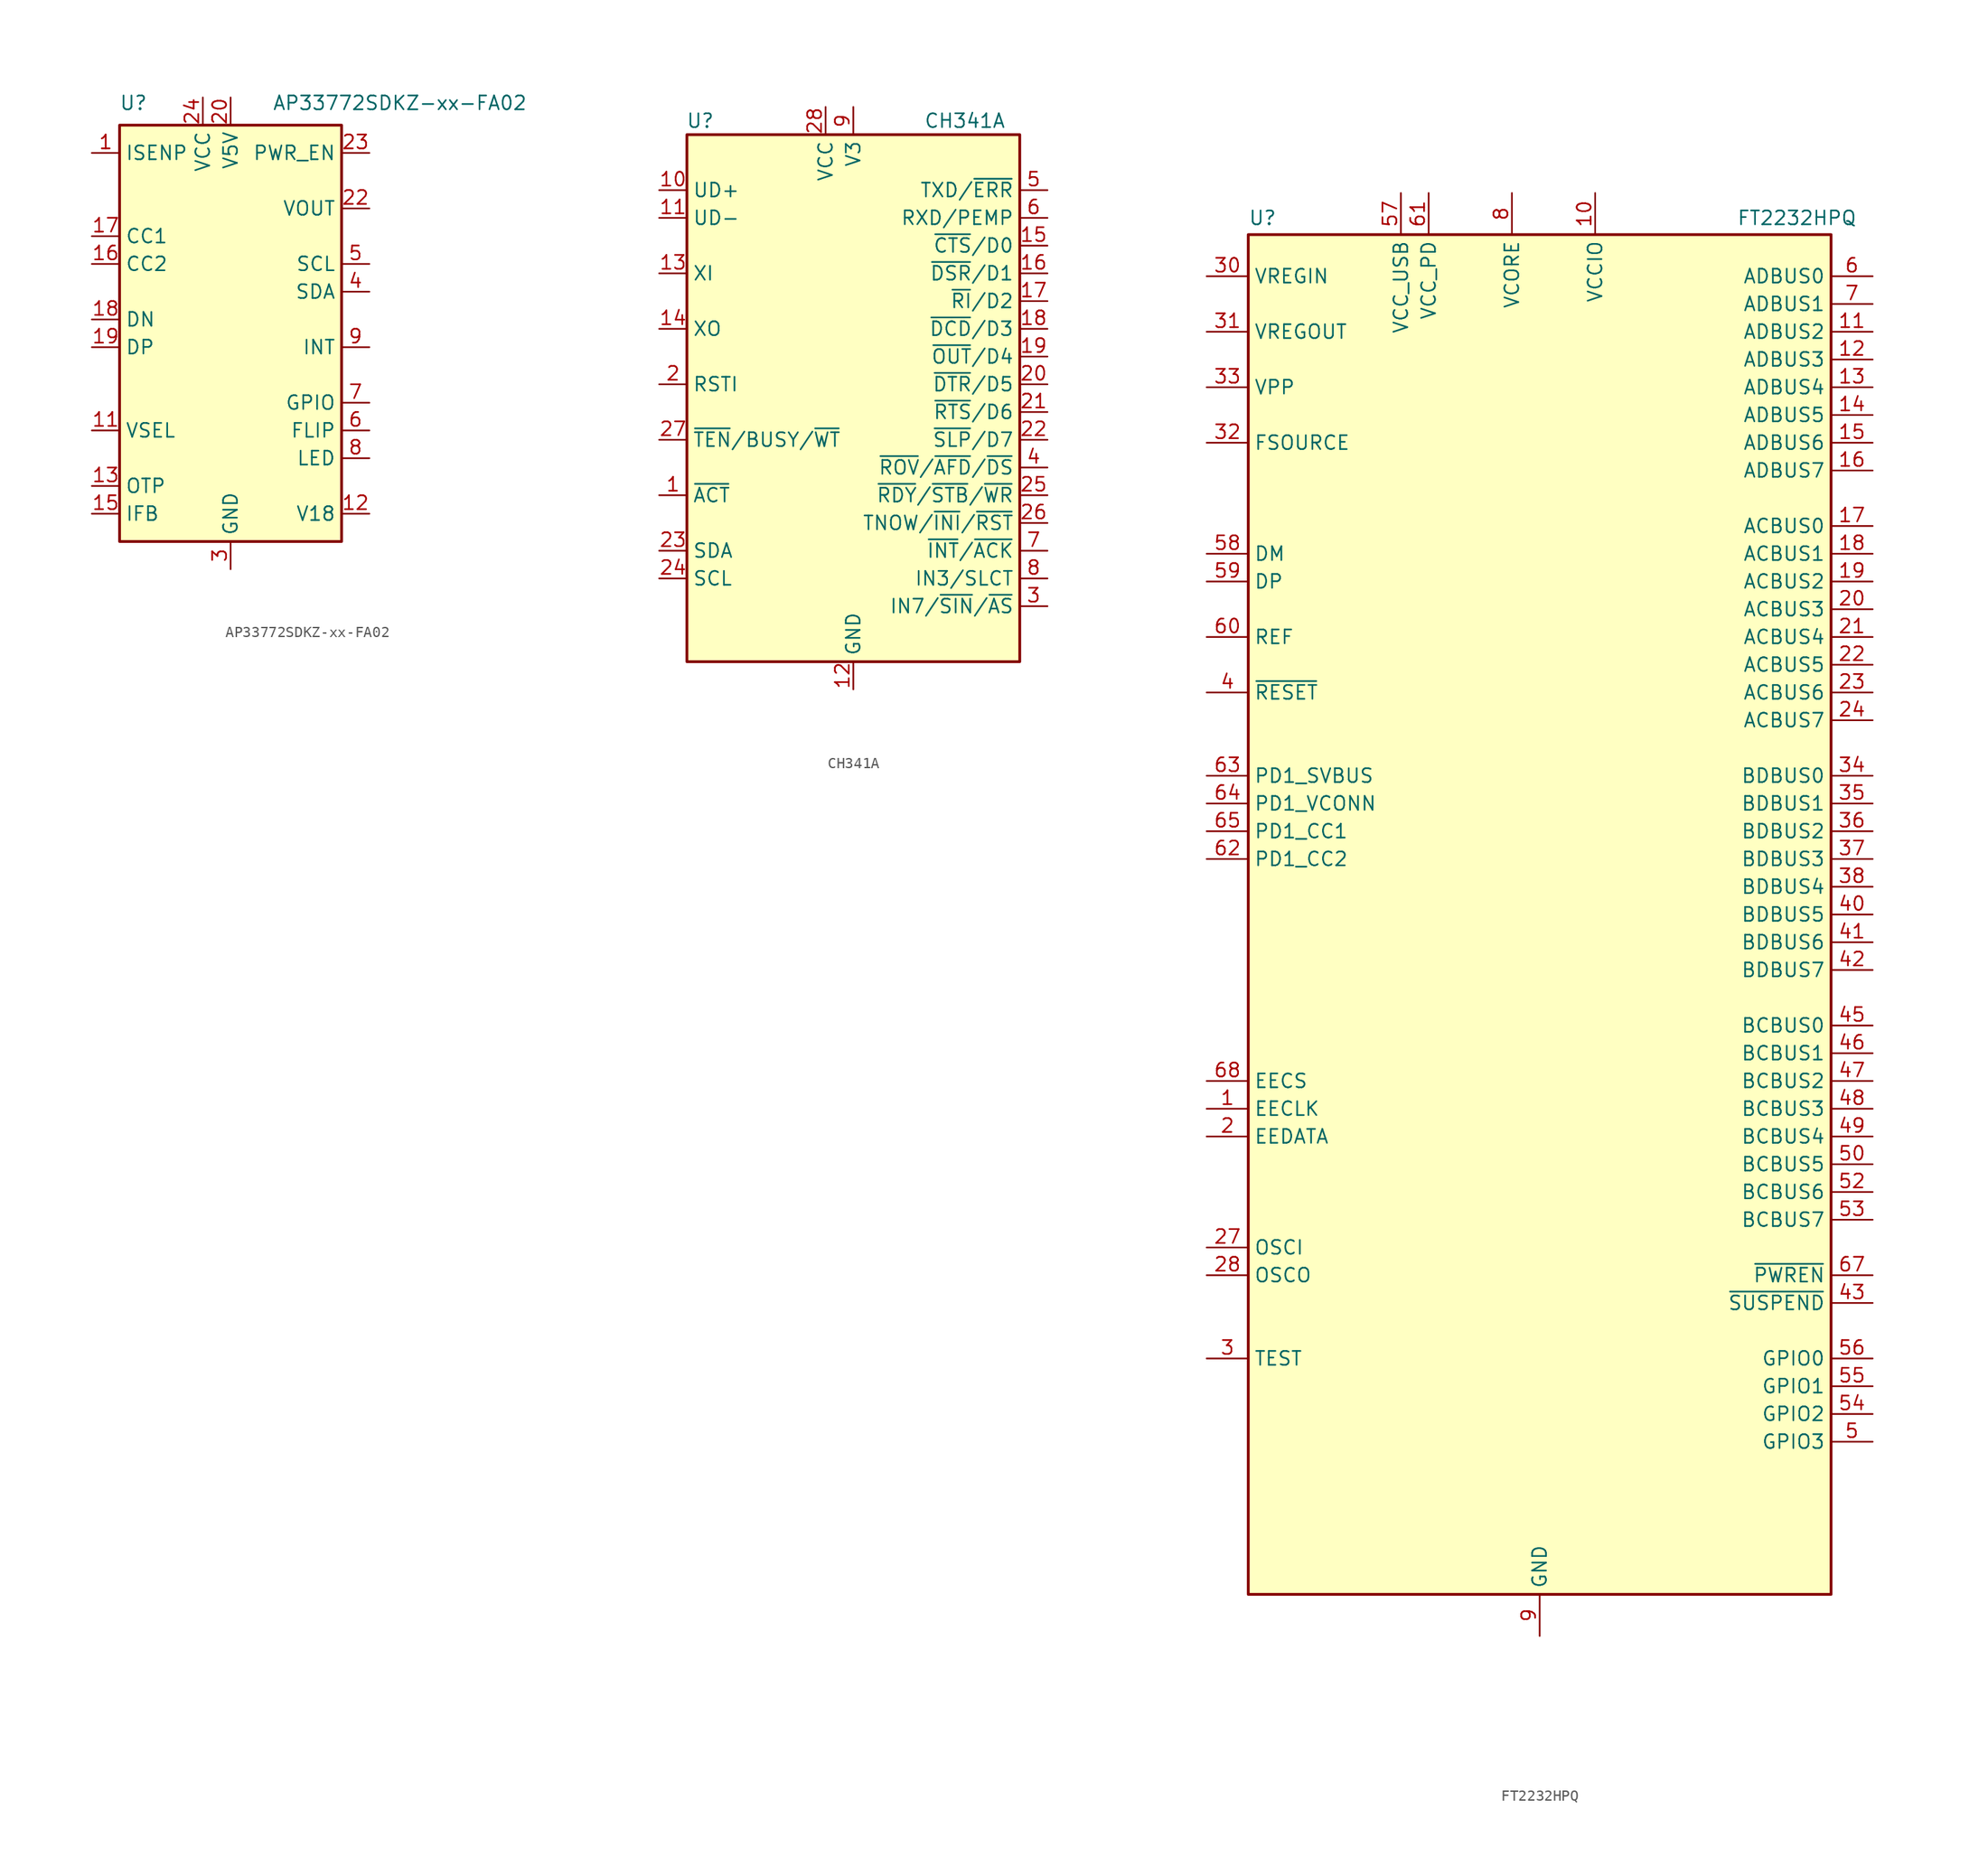
<source format=kicad_sym>
(kicad_symbol_lib
  (version 20241209)
  (generator "kicad_symbol_editor")
  (generator_version "9.0")
  (symbol "AP33772SDKZ-xx-FA02"
    (property "Reference" "U"
      (at -8.89 22.352 0)
      (effects (font (size 1.27 1.27))))
    (property "Value" "AP33772SDKZ-xx-FA02"
      (at 15.494 22.352 0)
      (effects (font (size 1.27 1.27))))
    (symbol "AP33772SDKZ-xx-FA02_1_1"
      (rectangle (start -10.16 20.32) (end 10.16 -17.78) (stroke (width 0.254) (type default)) (fill (type background)))
      (pin input line (at -12.7 17.78 0) (length 2.54) (name "ISENP" (effects (font (size 1.27 1.27)))) (number "1" (effects (font (size 1.27 1.27)))))
      (pin bidirectional line (at -12.7 10.16 0) (length 2.54) (name "CC1" (effects (font (size 1.27 1.27)))) (number "17" (effects (font (size 1.27 1.27)))))
      (pin bidirectional line (at -12.7 7.62 0) (length 2.54) (name "CC2" (effects (font (size 1.27 1.27)))) (number "16" (effects (font (size 1.27 1.27)))))
      (pin bidirectional line (at -12.7 2.54 0) (length 2.54) (name "DN" (effects (font (size 1.27 1.27)))) (number "18" (effects (font (size 1.27 1.27)))))
      (pin bidirectional line (at -12.7 0 0) (length 2.54) (name "DP" (effects (font (size 1.27 1.27)))) (number "19" (effects (font (size 1.27 1.27)))))
      (pin input line (at -12.7 -7.62 0) (length 2.54) (name "VSEL" (effects (font (size 1.27 1.27)))) (number "11" (effects (font (size 1.27 1.27)))))
      (pin passive line (at -12.7 -12.7 0) (length 2.54) (name "OTP" (effects (font (size 1.27 1.27)))) (number "13" (effects (font (size 1.27 1.27)))))
      (pin passive line (at -12.7 -15.24 0) (length 2.54) (name "IFB" (effects (font (size 1.27 1.27)))) (number "15" (effects (font (size 1.27 1.27)))))
      (pin no_connect line (at -10.16 15.24 0) (length 2.54) (hide yes) (name "NC" (effects (font (size 1.27 1.27)))) (number "2" (effects (font (size 1.27 1.27)))))
      (pin no_connect line (at -10.16 12.7 0) (length 2.54) (hide yes) (name "NC" (effects (font (size 1.27 1.27)))) (number "10" (effects (font (size 1.27 1.27)))))
      (pin no_connect line (at -10.16 -2.54 0) (length 2.54) (hide yes) (name "NC" (effects (font (size 1.27 1.27)))) (number "14" (effects (font (size 1.27 1.27)))))
      (pin no_connect line (at -10.16 -5.08 0) (length 2.54) (hide yes) (name "NC" (effects (font (size 1.27 1.27)))) (number "21" (effects (font (size 1.27 1.27)))))
      (pin power_in line (at -2.54 22.86 270) (length 2.54) (name "VCC" (effects (font (size 1.27 1.27)))) (number "24" (effects (font (size 1.27 1.27)))))
      (pin passive line (at 0 22.86 270) (length 2.54) (name "V5V" (effects (font (size 1.27 1.27)))) (number "20" (effects (font (size 1.27 1.27)))))
      (pin passive line (at 0 -20.32 90) (length 2.54) (hide yes) (name "GND" (effects (font (size 1.27 1.27)))) (number "25" (effects (font (size 1.27 1.27)))))
      (pin power_in line (at 0 -20.32 90) (length 2.54) (name "GND" (effects (font (size 1.27 1.27)))) (number "3" (effects (font (size 1.27 1.27)))))
      (pin output line (at 12.7 17.78 180) (length 2.54) (name "PWR_EN" (effects (font (size 1.27 1.27)))) (number "23" (effects (font (size 1.27 1.27)))))
      (pin input line (at 12.7 12.7 180) (length 2.54) (name "VOUT" (effects (font (size 1.27 1.27)))) (number "22" (effects (font (size 1.27 1.27)))))
      (pin input line (at 12.7 7.62 180) (length 2.54) (name "SCL" (effects (font (size 1.27 1.27)))) (number "5" (effects (font (size 1.27 1.27)))))
      (pin bidirectional line (at 12.7 5.08 180) (length 2.54) (name "SDA" (effects (font (size 1.27 1.27)))) (number "4" (effects (font (size 1.27 1.27)))))
      (pin output line (at 12.7 0 180) (length 2.54) (name "INT" (effects (font (size 1.27 1.27)))) (number "9" (effects (font (size 1.27 1.27)))))
      (pin bidirectional line (at 12.7 -5.08 180) (length 2.54) (name "GPIO" (effects (font (size 1.27 1.27)))) (number "7" (effects (font (size 1.27 1.27)))))
      (pin output line (at 12.7 -7.62 180) (length 2.54) (name "FLIP" (effects (font (size 1.27 1.27)))) (number "6" (effects (font (size 1.27 1.27)))))
      (pin output line (at 12.7 -10.16 180) (length 2.54) (name "LED" (effects (font (size 1.27 1.27)))) (number "8" (effects (font (size 1.27 1.27)))))
      (pin output line (at 12.7 -15.24 180) (length 2.54) (name "V18" (effects (font (size 1.27 1.27)))) (number "12" (effects (font (size 1.27 1.27)))))))
  (symbol "CH341A"
    (property "Reference" "U"
      (at -12.7 24.13 0)
      (effects (font (size 1.27 1.27)) (justify right)))
    (property "Value" "CH341A"
      (at 13.97 24.13 0)
      (effects (font (size 1.27 1.27)) (justify right)))
    (symbol "CH341A_1_0"
      (pin passive line (at -17.78 -5.08 0) (length 2.54) (name "~{TEN}/BUSY/~{WT}" (effects (font (size 1.27 1.27)))) (number "27" (effects (font (size 1.27 1.27)))))
      (pin bidirectional line (at -17.78 -15.24 0) (length 2.54) (name "SDA" (effects (font (size 1.27 1.27)))) (number "23" (effects (font (size 1.27 1.27)))))
      (pin open_collector line (at -17.78 -17.78 0) (length 2.54) (name "SCL" (effects (font (size 1.27 1.27)))) (number "24" (effects (font (size 1.27 1.27)))))
      (pin power_in line (at -2.54 25.4 270) (length 2.54) (name "VCC" (effects (font (size 1.27 1.27)))) (number "28" (effects (font (size 1.27 1.27)))))
      (pin tri_state line (at 17.78 -2.54 180) (length 2.54) (name "~{RTS}/D6" (effects (font (size 1.27 1.27)))) (number "21" (effects (font (size 1.27 1.27)))))
      (pin tri_state line (at 17.78 -5.08 180) (length 2.54) (name "~{SLP}/D7" (effects (font (size 1.27 1.27)))) (number "22" (effects (font (size 1.27 1.27)))))
      (pin output line (at 17.78 -10.16 180) (length 2.54) (name "~{RDY}/~{STB}/~{WR}" (effects (font (size 1.27 1.27)))) (number "25" (effects (font (size 1.27 1.27)))))
      (pin output line (at 17.78 -12.7 180) (length 2.54) (name "TNOW/~{INI}/~{RST}" (effects (font (size 1.27 1.27)))) (number "26" (effects (font (size 1.27 1.27))))))
    (symbol "CH341A_1_1"
      (rectangle (start -15.24 22.86) (end 15.24 -25.4) (stroke (width 0.254) (type default)) (fill (type background)))
      (pin bidirectional line (at -17.78 17.78 0) (length 2.54) (name "UD+" (effects (font (size 1.27 1.27)))) (number "10" (effects (font (size 1.27 1.27)))))
      (pin bidirectional line (at -17.78 15.24 0) (length 2.54) (name "UD-" (effects (font (size 1.27 1.27)))) (number "11" (effects (font (size 1.27 1.27)))))
      (pin input line (at -17.78 10.16 0) (length 2.54) (name "XI" (effects (font (size 1.27 1.27)))) (number "13" (effects (font (size 1.27 1.27)))))
      (pin output line (at -17.78 5.08 0) (length 2.54) (name "XO" (effects (font (size 1.27 1.27)))) (number "14" (effects (font (size 1.27 1.27)))))
      (pin passive line (at -17.78 0 0) (length 2.54) (name "RSTI" (effects (font (size 1.27 1.27)))) (number "2" (effects (font (size 1.27 1.27)))))
      (pin output line (at -17.78 -10.16 0) (length 2.54) (name "~{ACT}" (effects (font (size 1.27 1.27)))) (number "1" (effects (font (size 1.27 1.27)))))
      (pin passive line (at 0 25.4 270) (length 2.54) (name "V3" (effects (font (size 1.27 1.27)))) (number "9" (effects (font (size 1.27 1.27)))))
      (pin power_in line (at 0 -27.94 90) (length 2.54) (name "GND" (effects (font (size 1.27 1.27)))) (number "12" (effects (font (size 1.27 1.27)))))
      (pin bidirectional line (at 17.78 17.78 180) (length 2.54) (name "TXD/~{ERR}" (effects (font (size 1.27 1.27)))) (number "5" (effects (font (size 1.27 1.27)))))
      (pin input line (at 17.78 15.24 180) (length 2.54) (name "RXD/PEMP" (effects (font (size 1.27 1.27)))) (number "6" (effects (font (size 1.27 1.27)))))
      (pin tri_state line (at 17.78 12.7 180) (length 2.54) (name "~{CTS}/D0" (effects (font (size 1.27 1.27)))) (number "15" (effects (font (size 1.27 1.27)))))
      (pin tri_state line (at 17.78 10.16 180) (length 2.54) (name "~{DSR}/D1" (effects (font (size 1.27 1.27)))) (number "16" (effects (font (size 1.27 1.27)))))
      (pin tri_state line (at 17.78 7.62 180) (length 2.54) (name "~{RI}/D2" (effects (font (size 1.27 1.27)))) (number "17" (effects (font (size 1.27 1.27)))))
      (pin tri_state line (at 17.78 5.08 180) (length 2.54) (name "~{DCD}/D3" (effects (font (size 1.27 1.27)))) (number "18" (effects (font (size 1.27 1.27)))))
      (pin tri_state line (at 17.78 2.54 180) (length 2.54) (name "~{OUT}/D4" (effects (font (size 1.27 1.27)))) (number "19" (effects (font (size 1.27 1.27)))))
      (pin tri_state line (at 17.78 0 180) (length 2.54) (name "~{DTR}/D5" (effects (font (size 1.27 1.27)))) (number "20" (effects (font (size 1.27 1.27)))))
      (pin tri_state line (at 17.78 -7.62 180) (length 2.54) (name "~{ROV}/~{AFD}/~{DS}" (effects (font (size 1.27 1.27)))) (number "4" (effects (font (size 1.27 1.27)))))
      (pin passive line (at 17.78 -15.24 180) (length 2.54) (name "~{INT}/~{ACK}" (effects (font (size 1.27 1.27)))) (number "7" (effects (font (size 1.27 1.27)))))
      (pin passive line (at 17.78 -17.78 180) (length 2.54) (name "IN3/SLCT" (effects (font (size 1.27 1.27)))) (number "8" (effects (font (size 1.27 1.27)))))
      (pin tri_state line (at 17.78 -20.32 180) (length 2.54) (name "IN7/~{SIN}/~{AS}" (effects (font (size 1.27 1.27)))) (number "3" (effects (font (size 1.27 1.27)))))))
  (symbol "FT2232HPQ"
    (property "Reference" "U"
      (at -26.67 63.754 0)
      (effects (font (size 1.27 1.27)) (justify left)))
    (property "Value" "FT2232HPQ"
      (at 18.034 63.754 0)
      (effects (font (size 1.27 1.27)) (justify left)))
    (symbol "FT2232HPQ_0_1"
      (rectangle (start -26.67 62.23) (end 26.67 -62.23) (stroke (width 0.254) (type default)) (fill (type background))))
    (symbol "FT2232HPQ_1_1"
      (pin power_in line (at -30.48 58.42 0) (length 3.81) (name "VREGIN" (effects (font (size 1.27 1.27)))) (number "30" (effects (font (size 1.27 1.27)))))
      (pin power_out line (at -30.48 53.34 0) (length 3.81) (name "VREGOUT" (effects (font (size 1.27 1.27)))) (number "31" (effects (font (size 1.27 1.27)))))
      (pin input line (at -30.48 48.26 0) (length 3.81) (name "VPP" (effects (font (size 1.27 1.27)))) (number "33" (effects (font (size 1.27 1.27)))))
      (pin power_in line (at -30.48 43.18 0) (length 3.81) (name "FSOURCE" (effects (font (size 1.27 1.27)))) (number "32" (effects (font (size 1.27 1.27)))))
      (pin bidirectional line (at -30.48 33.02 0) (length 3.81) (name "DM" (effects (font (size 1.27 1.27)))) (number "58" (effects (font (size 1.27 1.27)))))
      (pin bidirectional line (at -30.48 30.48 0) (length 3.81) (name "DP" (effects (font (size 1.27 1.27)))) (number "59" (effects (font (size 1.27 1.27)))))
      (pin output line (at -30.48 25.4 0) (length 3.81) (name "REF" (effects (font (size 1.27 1.27)))) (number "60" (effects (font (size 1.27 1.27)))))
      (pin input line (at -30.48 20.32 0) (length 3.81) (name "~{RESET}" (effects (font (size 1.27 1.27)))) (number "4" (effects (font (size 1.27 1.27)))))
      (pin input line (at -30.48 12.7 0) (length 3.81) (name "PD1_SVBUS" (effects (font (size 1.27 1.27)))) (number "63" (effects (font (size 1.27 1.27)))))
      (pin power_in line (at -30.48 10.16 0) (length 3.81) (name "PD1_VCONN" (effects (font (size 1.27 1.27)))) (number "64" (effects (font (size 1.27 1.27)))))
      (pin bidirectional line (at -30.48 7.62 0) (length 3.81) (name "PD1_CC1" (effects (font (size 1.27 1.27)))) (number "65" (effects (font (size 1.27 1.27)))))
      (pin bidirectional line (at -30.48 5.08 0) (length 3.81) (name "PD1_CC2" (effects (font (size 1.27 1.27)))) (number "62" (effects (font (size 1.27 1.27)))))
      (pin bidirectional line (at -30.48 -15.24 0) (length 3.81) (name "EECS" (effects (font (size 1.27 1.27)))) (number "68" (effects (font (size 1.27 1.27)))))
      (pin output line (at -30.48 -17.78 0) (length 3.81) (name "EECLK" (effects (font (size 1.27 1.27)))) (number "1" (effects (font (size 1.27 1.27)))))
      (pin bidirectional line (at -30.48 -20.32 0) (length 3.81) (name "EEDATA" (effects (font (size 1.27 1.27)))) (number "2" (effects (font (size 1.27 1.27)))))
      (pin input line (at -30.48 -30.48 0) (length 3.81) (name "OSCI" (effects (font (size 1.27 1.27)))) (number "27" (effects (font (size 1.27 1.27)))))
      (pin output line (at -30.48 -33.02 0) (length 3.81) (name "OSCO" (effects (font (size 1.27 1.27)))) (number "28" (effects (font (size 1.27 1.27)))))
      (pin input line (at -30.48 -40.64 0) (length 3.81) (name "TEST" (effects (font (size 1.27 1.27)))) (number "3" (effects (font (size 1.27 1.27)))))
      (pin power_in line (at -12.7 66.04 270) (length 3.81) (name "VCC_USB" (effects (font (size 1.27 1.27)))) (number "57" (effects (font (size 1.27 1.27)))))
      (pin power_in line (at -10.16 66.04 270) (length 3.81) (name "VCC_PD" (effects (font (size 1.27 1.27)))) (number "61" (effects (font (size 1.27 1.27)))))
      (pin passive line (at -2.54 66.04 270) (length 3.81) (hide yes) (name "VCORE" (effects (font (size 1.27 1.27)))) (number "25" (effects (font (size 1.27 1.27)))))
      (pin passive line (at -2.54 66.04 270) (length 3.81) (hide yes) (name "VCORE" (effects (font (size 1.27 1.27)))) (number "44" (effects (font (size 1.27 1.27)))))
      (pin passive line (at -2.54 66.04 270) (length 3.81) (hide yes) (name "VCORE" (effects (font (size 1.27 1.27)))) (number "66" (effects (font (size 1.27 1.27)))))
      (pin power_in line (at -2.54 66.04 270) (length 3.81) (name "VCORE" (effects (font (size 1.27 1.27)))) (number "8" (effects (font (size 1.27 1.27)))))
      (pin passive line (at 0 -66.04 90) (length 3.81) (hide yes) (name "GND" (effects (font (size 1.27 1.27)))) (number "29" (effects (font (size 1.27 1.27)))))
      (pin passive line (at 0 -66.04 90) (length 3.81) (hide yes) (name "GND" (effects (font (size 1.27 1.27)))) (number "69" (effects (font (size 1.27 1.27)))))
      (pin power_in line (at 0 -66.04 90) (length 3.81) (name "GND" (effects (font (size 1.27 1.27)))) (number "9" (effects (font (size 1.27 1.27)))))
      (pin power_in line (at 5.08 66.04 270) (length 3.81) (name "VCCIO" (effects (font (size 1.27 1.27)))) (number "10" (effects (font (size 1.27 1.27)))))
      (pin passive line (at 5.08 66.04 270) (length 3.81) (hide yes) (name "VCCIO" (effects (font (size 1.27 1.27)))) (number "26" (effects (font (size 1.27 1.27)))))
      (pin passive line (at 5.08 66.04 270) (length 3.81) (hide yes) (name "VCCIO" (effects (font (size 1.27 1.27)))) (number "39" (effects (font (size 1.27 1.27)))))
      (pin passive line (at 5.08 66.04 270) (length 3.81) (hide yes) (name "VCCIO" (effects (font (size 1.27 1.27)))) (number "51" (effects (font (size 1.27 1.27)))))
      (pin bidirectional line (at 30.48 58.42 180) (length 3.81) (name "ADBUS0" (effects (font (size 1.27 1.27)))) (number "6" (effects (font (size 1.27 1.27)))))
      (pin bidirectional line (at 30.48 55.88 180) (length 3.81) (name "ADBUS1" (effects (font (size 1.27 1.27)))) (number "7" (effects (font (size 1.27 1.27)))))
      (pin bidirectional line (at 30.48 53.34 180) (length 3.81) (name "ADBUS2" (effects (font (size 1.27 1.27)))) (number "11" (effects (font (size 1.27 1.27)))))
      (pin bidirectional line (at 30.48 50.8 180) (length 3.81) (name "ADBUS3" (effects (font (size 1.27 1.27)))) (number "12" (effects (font (size 1.27 1.27)))))
      (pin bidirectional line (at 30.48 48.26 180) (length 3.81) (name "ADBUS4" (effects (font (size 1.27 1.27)))) (number "13" (effects (font (size 1.27 1.27)))))
      (pin bidirectional line (at 30.48 45.72 180) (length 3.81) (name "ADBUS5" (effects (font (size 1.27 1.27)))) (number "14" (effects (font (size 1.27 1.27)))))
      (pin bidirectional line (at 30.48 43.18 180) (length 3.81) (name "ADBUS6" (effects (font (size 1.27 1.27)))) (number "15" (effects (font (size 1.27 1.27)))))
      (pin bidirectional line (at 30.48 40.64 180) (length 3.81) (name "ADBUS7" (effects (font (size 1.27 1.27)))) (number "16" (effects (font (size 1.27 1.27)))))
      (pin bidirectional line (at 30.48 35.56 180) (length 3.81) (name "ACBUS0" (effects (font (size 1.27 1.27)))) (number "17" (effects (font (size 1.27 1.27)))))
      (pin bidirectional line (at 30.48 33.02 180) (length 3.81) (name "ACBUS1" (effects (font (size 1.27 1.27)))) (number "18" (effects (font (size 1.27 1.27)))))
      (pin bidirectional line (at 30.48 30.48 180) (length 3.81) (name "ACBUS2" (effects (font (size 1.27 1.27)))) (number "19" (effects (font (size 1.27 1.27)))))
      (pin bidirectional line (at 30.48 27.94 180) (length 3.81) (name "ACBUS3" (effects (font (size 1.27 1.27)))) (number "20" (effects (font (size 1.27 1.27)))))
      (pin bidirectional line (at 30.48 25.4 180) (length 3.81) (name "ACBUS4" (effects (font (size 1.27 1.27)))) (number "21" (effects (font (size 1.27 1.27)))))
      (pin bidirectional line (at 30.48 22.86 180) (length 3.81) (name "ACBUS5" (effects (font (size 1.27 1.27)))) (number "22" (effects (font (size 1.27 1.27)))))
      (pin bidirectional line (at 30.48 20.32 180) (length 3.81) (name "ACBUS6" (effects (font (size 1.27 1.27)))) (number "23" (effects (font (size 1.27 1.27)))))
      (pin bidirectional line (at 30.48 17.78 180) (length 3.81) (name "ACBUS7" (effects (font (size 1.27 1.27)))) (number "24" (effects (font (size 1.27 1.27)))))
      (pin bidirectional line (at 30.48 12.7 180) (length 3.81) (name "BDBUS0" (effects (font (size 1.27 1.27)))) (number "34" (effects (font (size 1.27 1.27)))))
      (pin bidirectional line (at 30.48 10.16 180) (length 3.81) (name "BDBUS1" (effects (font (size 1.27 1.27)))) (number "35" (effects (font (size 1.27 1.27)))))
      (pin bidirectional line (at 30.48 7.62 180) (length 3.81) (name "BDBUS2" (effects (font (size 1.27 1.27)))) (number "36" (effects (font (size 1.27 1.27)))))
      (pin bidirectional line (at 30.48 5.08 180) (length 3.81) (name "BDBUS3" (effects (font (size 1.27 1.27)))) (number "37" (effects (font (size 1.27 1.27)))))
      (pin bidirectional line (at 30.48 2.54 180) (length 3.81) (name "BDBUS4" (effects (font (size 1.27 1.27)))) (number "38" (effects (font (size 1.27 1.27)))))
      (pin bidirectional line (at 30.48 0 180) (length 3.81) (name "BDBUS5" (effects (font (size 1.27 1.27)))) (number "40" (effects (font (size 1.27 1.27)))))
      (pin bidirectional line (at 30.48 -2.54 180) (length 3.81) (name "BDBUS6" (effects (font (size 1.27 1.27)))) (number "41" (effects (font (size 1.27 1.27)))))
      (pin bidirectional line (at 30.48 -5.08 180) (length 3.81) (name "BDBUS7" (effects (font (size 1.27 1.27)))) (number "42" (effects (font (size 1.27 1.27)))))
      (pin bidirectional line (at 30.48 -10.16 180) (length 3.81) (name "BCBUS0" (effects (font (size 1.27 1.27)))) (number "45" (effects (font (size 1.27 1.27)))))
      (pin bidirectional line (at 30.48 -12.7 180) (length 3.81) (name "BCBUS1" (effects (font (size 1.27 1.27)))) (number "46" (effects (font (size 1.27 1.27)))))
      (pin bidirectional line (at 30.48 -15.24 180) (length 3.81) (name "BCBUS2" (effects (font (size 1.27 1.27)))) (number "47" (effects (font (size 1.27 1.27)))))
      (pin bidirectional line (at 30.48 -17.78 180) (length 3.81) (name "BCBUS3" (effects (font (size 1.27 1.27)))) (number "48" (effects (font (size 1.27 1.27)))))
      (pin bidirectional line (at 30.48 -20.32 180) (length 3.81) (name "BCBUS4" (effects (font (size 1.27 1.27)))) (number "49" (effects (font (size 1.27 1.27)))))
      (pin bidirectional line (at 30.48 -22.86 180) (length 3.81) (name "BCBUS5" (effects (font (size 1.27 1.27)))) (number "50" (effects (font (size 1.27 1.27)))))
      (pin bidirectional line (at 30.48 -25.4 180) (length 3.81) (name "BCBUS6" (effects (font (size 1.27 1.27)))) (number "52" (effects (font (size 1.27 1.27)))))
      (pin bidirectional line (at 30.48 -27.94 180) (length 3.81) (name "BCBUS7" (effects (font (size 1.27 1.27)))) (number "53" (effects (font (size 1.27 1.27)))))
      (pin output line (at 30.48 -33.02 180) (length 3.81) (name "~{PWREN}" (effects (font (size 1.27 1.27)))) (number "67" (effects (font (size 1.27 1.27)))))
      (pin output line (at 30.48 -35.56 180) (length 3.81) (name "~{SUSPEND}" (effects (font (size 1.27 1.27)))) (number "43" (effects (font (size 1.27 1.27)))))
      (pin bidirectional line (at 30.48 -40.64 180) (length 3.81) (name "GPIO0" (effects (font (size 1.27 1.27)))) (number "56" (effects (font (size 1.27 1.27)))))
      (pin bidirectional line (at 30.48 -43.18 180) (length 3.81) (name "GPIO1" (effects (font (size 1.27 1.27)))) (number "55" (effects (font (size 1.27 1.27)))))
      (pin bidirectional line (at 30.48 -45.72 180) (length 3.81) (name "GPIO2" (effects (font (size 1.27 1.27)))) (number "54" (effects (font (size 1.27 1.27)))))
      (pin bidirectional line (at 30.48 -48.26 180) (length 3.81) (name "GPIO3" (effects (font (size 1.27 1.27)))) (number "5" (effects (font (size 1.27 1.27))))))))
</source>
